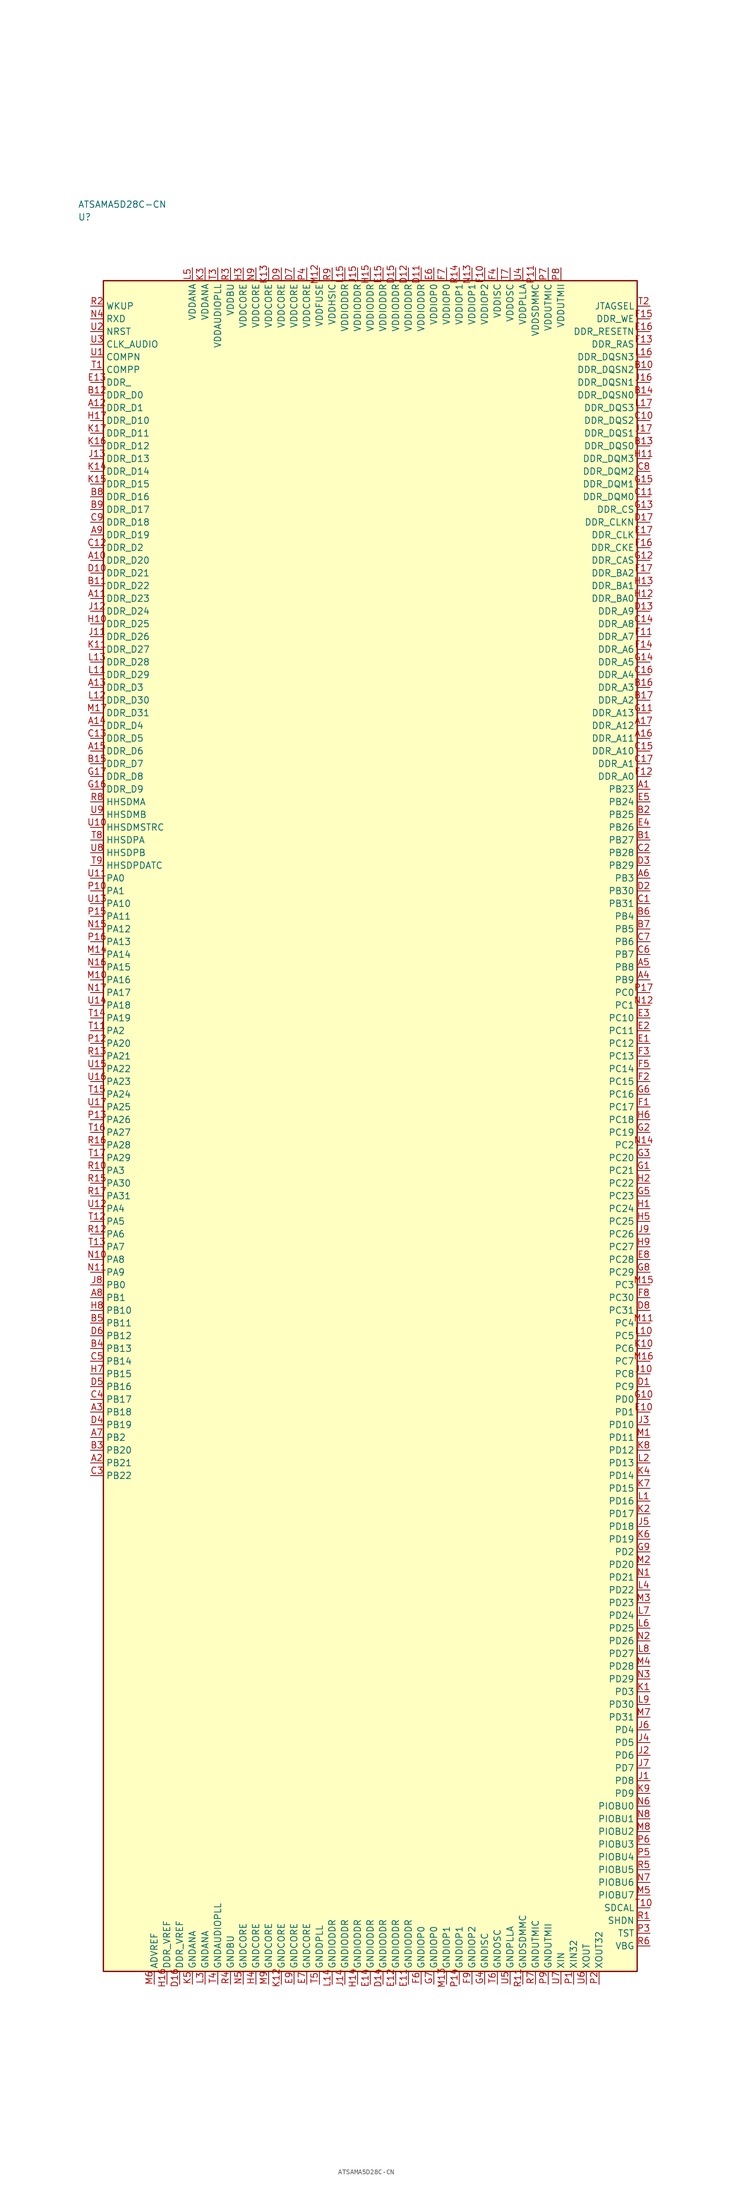
<source format=kicad_sym>
(kicad_symbol_lib
  (version 20241025)
  (generator "kicad_symbol_editor")
  (generator_version "8.0")
  (symbol "ATSAMA5D28C-CN"
    (property "Reference" "U"
      (at -57.5 178.75 0)
      (effects (font (size 1.27 1.27)) (justify left)))
    (property "Value" "ATSAMA5D28C-CN"
      (at -57.5 181.25 0)
      (effects (font (size 1.27 1.27)) (justify left)))
    (symbol "ATSAMA5D28C-CN_0_1"
      (rectangle (start -52.5 166.25) (end 52.5 -166.25) (stroke (width 0.254) (type default)) (fill (type background))))
    (symbol "ATSAMA5D28C-CN_1_1"
      (pin bidirectional line (at -55.04 48.75 0.0) (length 2.54) (name "PA0" (effects (font (size 1.27 1.27)))) (number "U11" (effects (font (size 1.27 1.27)))))
      (pin bidirectional line (at -55.04 46.25 0.0) (length 2.54) (name "PA1" (effects (font (size 1.27 1.27)))) (number "P10" (effects (font (size 1.27 1.27)))))
      (pin bidirectional line (at -55.04 18.75 0.0) (length 2.54) (name "PA2" (effects (font (size 1.27 1.27)))) (number "T11" (effects (font (size 1.27 1.27)))))
      (pin bidirectional line (at -55.04 -8.75 0.0) (length 2.54) (name "PA3" (effects (font (size 1.27 1.27)))) (number "R10" (effects (font (size 1.27 1.27)))))
      (pin bidirectional line (at -55.04 -16.25 0.0) (length 2.54) (name "PA4" (effects (font (size 1.27 1.27)))) (number "U12" (effects (font (size 1.27 1.27)))))
      (pin bidirectional line (at -55.04 -18.75 0.0) (length 2.54) (name "PA5" (effects (font (size 1.27 1.27)))) (number "T12" (effects (font (size 1.27 1.27)))))
      (pin bidirectional line (at -55.04 -21.25 0.0) (length 2.54) (name "PA6" (effects (font (size 1.27 1.27)))) (number "R12" (effects (font (size 1.27 1.27)))))
      (pin bidirectional line (at -55.04 -23.75 0.0) (length 2.54) (name "PA7" (effects (font (size 1.27 1.27)))) (number "T13" (effects (font (size 1.27 1.27)))))
      (pin bidirectional line (at -55.04 -26.25 0.0) (length 2.54) (name "PA8" (effects (font (size 1.27 1.27)))) (number "N10" (effects (font (size 1.27 1.27)))))
      (pin bidirectional line (at -55.04 -28.75 0.0) (length 2.54) (name "PA9" (effects (font (size 1.27 1.27)))) (number "N11" (effects (font (size 1.27 1.27)))))
      (pin bidirectional line (at -55.04 43.75 0.0) (length 2.54) (name "PA10" (effects (font (size 1.27 1.27)))) (number "U13" (effects (font (size 1.27 1.27)))))
      (pin bidirectional line (at -55.04 41.25 0.0) (length 2.54) (name "PA11" (effects (font (size 1.27 1.27)))) (number "P15" (effects (font (size 1.27 1.27)))))
      (pin bidirectional line (at -55.04 38.75 0.0) (length 2.54) (name "PA12" (effects (font (size 1.27 1.27)))) (number "N15" (effects (font (size 1.27 1.27)))))
      (pin bidirectional line (at -55.04 36.25 0.0) (length 2.54) (name "PA13" (effects (font (size 1.27 1.27)))) (number "P16" (effects (font (size 1.27 1.27)))))
      (pin bidirectional line (at -55.04 33.75 0.0) (length 2.54) (name "PA14" (effects (font (size 1.27 1.27)))) (number "M14" (effects (font (size 1.27 1.27)))))
      (pin bidirectional line (at -55.04 31.25 0.0) (length 2.54) (name "PA15" (effects (font (size 1.27 1.27)))) (number "N16" (effects (font (size 1.27 1.27)))))
      (pin bidirectional line (at -55.04 28.75 0.0) (length 2.54) (name "PA16" (effects (font (size 1.27 1.27)))) (number "M10" (effects (font (size 1.27 1.27)))))
      (pin bidirectional line (at -55.04 26.25 0.0) (length 2.54) (name "PA17" (effects (font (size 1.27 1.27)))) (number "N17" (effects (font (size 1.27 1.27)))))
      (pin bidirectional line (at -55.04 23.75 0.0) (length 2.54) (name "PA18" (effects (font (size 1.27 1.27)))) (number "U14" (effects (font (size 1.27 1.27)))))
      (pin bidirectional line (at -55.04 21.25 0.0) (length 2.54) (name "PA19" (effects (font (size 1.27 1.27)))) (number "T14" (effects (font (size 1.27 1.27)))))
      (pin bidirectional line (at -55.04 16.25 0.0) (length 2.54) (name "PA20" (effects (font (size 1.27 1.27)))) (number "P12" (effects (font (size 1.27 1.27)))))
      (pin bidirectional line (at -55.04 13.75 0.0) (length 2.54) (name "PA21" (effects (font (size 1.27 1.27)))) (number "R13" (effects (font (size 1.27 1.27)))))
      (pin bidirectional line (at -55.04 11.25 0.0) (length 2.54) (name "PA22" (effects (font (size 1.27 1.27)))) (number "U15" (effects (font (size 1.27 1.27)))))
      (pin bidirectional line (at -55.04 8.75 0.0) (length 2.54) (name "PA23" (effects (font (size 1.27 1.27)))) (number "U16" (effects (font (size 1.27 1.27)))))
      (pin bidirectional line (at -55.04 6.25 0.0) (length 2.54) (name "PA24" (effects (font (size 1.27 1.27)))) (number "T15" (effects (font (size 1.27 1.27)))))
      (pin bidirectional line (at -55.04 3.75 0.0) (length 2.54) (name "PA25" (effects (font (size 1.27 1.27)))) (number "U17" (effects (font (size 1.27 1.27)))))
      (pin bidirectional line (at -55.04 1.25 0.0) (length 2.54) (name "PA26" (effects (font (size 1.27 1.27)))) (number "P13" (effects (font (size 1.27 1.27)))))
      (pin bidirectional line (at -55.04 -1.25 0.0) (length 2.54) (name "PA27" (effects (font (size 1.27 1.27)))) (number "T16" (effects (font (size 1.27 1.27)))))
      (pin bidirectional line (at -55.04 -3.75 0.0) (length 2.54) (name "PA28" (effects (font (size 1.27 1.27)))) (number "R16" (effects (font (size 1.27 1.27)))))
      (pin bidirectional line (at -55.04 -6.25 0.0) (length 2.54) (name "PA29" (effects (font (size 1.27 1.27)))) (number "T17" (effects (font (size 1.27 1.27)))))
      (pin bidirectional line (at -55.04 -11.25 0.0) (length 2.54) (name "PA30" (effects (font (size 1.27 1.27)))) (number "R15" (effects (font (size 1.27 1.27)))))
      (pin bidirectional line (at -55.04 -13.75 0.0) (length 2.54) (name "PA31" (effects (font (size 1.27 1.27)))) (number "R17" (effects (font (size 1.27 1.27)))))
      (pin bidirectional line (at -55.04 -31.25 0.0) (length 2.54) (name "PB0" (effects (font (size 1.27 1.27)))) (number "J8" (effects (font (size 1.27 1.27)))))
      (pin bidirectional line (at -55.04 -33.75 0.0) (length 2.54) (name "PB1" (effects (font (size 1.27 1.27)))) (number "A8" (effects (font (size 1.27 1.27)))))
      (pin bidirectional line (at -55.04 -61.25 0.0) (length 2.54) (name "PB2" (effects (font (size 1.27 1.27)))) (number "A7" (effects (font (size 1.27 1.27)))))
      (pin bidirectional line (at 55.04 48.75 180.0) (length 2.54) (name "PB3" (effects (font (size 1.27 1.27)))) (number "A6" (effects (font (size 1.27 1.27)))))
      (pin bidirectional line (at 55.04 41.25 180.0) (length 2.54) (name "PB4" (effects (font (size 1.27 1.27)))) (number "B6" (effects (font (size 1.27 1.27)))))
      (pin bidirectional line (at 55.04 38.75 180.0) (length 2.54) (name "PB5" (effects (font (size 1.27 1.27)))) (number "B7" (effects (font (size 1.27 1.27)))))
      (pin bidirectional line (at 55.04 36.25 180.0) (length 2.54) (name "PB6" (effects (font (size 1.27 1.27)))) (number "C7" (effects (font (size 1.27 1.27)))))
      (pin bidirectional line (at 55.04 33.75 180.0) (length 2.54) (name "PB7" (effects (font (size 1.27 1.27)))) (number "C6" (effects (font (size 1.27 1.27)))))
      (pin bidirectional line (at 55.04 31.25 180.0) (length 2.54) (name "PB8" (effects (font (size 1.27 1.27)))) (number "A5" (effects (font (size 1.27 1.27)))))
      (pin bidirectional line (at 55.04 28.75 180.0) (length 2.54) (name "PB9" (effects (font (size 1.27 1.27)))) (number "A4" (effects (font (size 1.27 1.27)))))
      (pin bidirectional line (at -55.04 -36.25 0.0) (length 2.54) (name "PB10" (effects (font (size 1.27 1.27)))) (number "H8" (effects (font (size 1.27 1.27)))))
      (pin bidirectional line (at -55.04 -38.75 0.0) (length 2.54) (name "PB11" (effects (font (size 1.27 1.27)))) (number "B5" (effects (font (size 1.27 1.27)))))
      (pin bidirectional line (at -55.04 -41.25 0.0) (length 2.54) (name "PB12" (effects (font (size 1.27 1.27)))) (number "D6" (effects (font (size 1.27 1.27)))))
      (pin bidirectional line (at -55.04 -43.75 0.0) (length 2.54) (name "PB13" (effects (font (size 1.27 1.27)))) (number "B4" (effects (font (size 1.27 1.27)))))
      (pin bidirectional line (at -55.04 -46.25 0.0) (length 2.54) (name "PB14" (effects (font (size 1.27 1.27)))) (number "C5" (effects (font (size 1.27 1.27)))))
      (pin bidirectional line (at -55.04 -48.75 0.0) (length 2.54) (name "PB15" (effects (font (size 1.27 1.27)))) (number "H7" (effects (font (size 1.27 1.27)))))
      (pin bidirectional line (at -55.04 -51.25 0.0) (length 2.54) (name "PB16" (effects (font (size 1.27 1.27)))) (number "D5" (effects (font (size 1.27 1.27)))))
      (pin bidirectional line (at -55.04 -53.75 0.0) (length 2.54) (name "PB17" (effects (font (size 1.27 1.27)))) (number "C4" (effects (font (size 1.27 1.27)))))
      (pin bidirectional line (at -55.04 -56.25 0.0) (length 2.54) (name "PB18" (effects (font (size 1.27 1.27)))) (number "A3" (effects (font (size 1.27 1.27)))))
      (pin bidirectional line (at -55.04 -58.75 0.0) (length 2.54) (name "PB19" (effects (font (size 1.27 1.27)))) (number "D4" (effects (font (size 1.27 1.27)))))
      (pin bidirectional line (at -55.04 -63.75 0.0) (length 2.54) (name "PB20" (effects (font (size 1.27 1.27)))) (number "B3" (effects (font (size 1.27 1.27)))))
      (pin bidirectional line (at -55.04 -66.25 0.0) (length 2.54) (name "PB21" (effects (font (size 1.27 1.27)))) (number "A2" (effects (font (size 1.27 1.27)))))
      (pin bidirectional line (at -55.04 -68.75 0.0) (length 2.54) (name "PB22" (effects (font (size 1.27 1.27)))) (number "C3" (effects (font (size 1.27 1.27)))))
      (pin bidirectional line (at 55.04 66.25 180.0) (length 2.54) (name "PB23" (effects (font (size 1.27 1.27)))) (number "A1" (effects (font (size 1.27 1.27)))))
      (pin bidirectional line (at 55.04 63.75 180.0) (length 2.54) (name "PB24" (effects (font (size 1.27 1.27)))) (number "E5" (effects (font (size 1.27 1.27)))))
      (pin bidirectional line (at 55.04 61.25 180.0) (length 2.54) (name "PB25" (effects (font (size 1.27 1.27)))) (number "B2" (effects (font (size 1.27 1.27)))))
      (pin bidirectional line (at 55.04 58.75 180.0) (length 2.54) (name "PB26" (effects (font (size 1.27 1.27)))) (number "E4" (effects (font (size 1.27 1.27)))))
      (pin bidirectional line (at 55.04 56.25 180.0) (length 2.54) (name "PB27" (effects (font (size 1.27 1.27)))) (number "B1" (effects (font (size 1.27 1.27)))))
      (pin bidirectional line (at 55.04 53.75 180.0) (length 2.54) (name "PB28" (effects (font (size 1.27 1.27)))) (number "C2" (effects (font (size 1.27 1.27)))))
      (pin bidirectional line (at 55.04 51.25 180.0) (length 2.54) (name "PB29" (effects (font (size 1.27 1.27)))) (number "D3" (effects (font (size 1.27 1.27)))))
      (pin bidirectional line (at 55.04 46.25 180.0) (length 2.54) (name "PB30" (effects (font (size 1.27 1.27)))) (number "D2" (effects (font (size 1.27 1.27)))))
      (pin bidirectional line (at 55.04 43.75 180.0) (length 2.54) (name "PB31" (effects (font (size 1.27 1.27)))) (number "C1" (effects (font (size 1.27 1.27)))))
      (pin bidirectional line (at 55.04 26.25 180.0) (length 2.54) (name "PC0" (effects (font (size 1.27 1.27)))) (number "P17" (effects (font (size 1.27 1.27)))))
      (pin bidirectional line (at 55.04 23.75 180.0) (length 2.54) (name "PC1" (effects (font (size 1.27 1.27)))) (number "N12" (effects (font (size 1.27 1.27)))))
      (pin bidirectional line (at 55.04 -3.75 180.0) (length 2.54) (name "PC2" (effects (font (size 1.27 1.27)))) (number "N14" (effects (font (size 1.27 1.27)))))
      (pin bidirectional line (at 55.04 -31.25 180.0) (length 2.54) (name "PC3" (effects (font (size 1.27 1.27)))) (number "M15" (effects (font (size 1.27 1.27)))))
      (pin bidirectional line (at 55.04 -38.75 180.0) (length 2.54) (name "PC4" (effects (font (size 1.27 1.27)))) (number "M11" (effects (font (size 1.27 1.27)))))
      (pin bidirectional line (at 55.04 -41.25 180.0) (length 2.54) (name "PC5" (effects (font (size 1.27 1.27)))) (number "L10" (effects (font (size 1.27 1.27)))))
      (pin bidirectional line (at 55.04 -43.75 180.0) (length 2.54) (name "PC6" (effects (font (size 1.27 1.27)))) (number "K10" (effects (font (size 1.27 1.27)))))
      (pin bidirectional line (at 55.04 -46.25 180.0) (length 2.54) (name "PC7" (effects (font (size 1.27 1.27)))) (number "M16" (effects (font (size 1.27 1.27)))))
      (pin bidirectional line (at 55.04 -48.75 180.0) (length 2.54) (name "PC8" (effects (font (size 1.27 1.27)))) (number "J10" (effects (font (size 1.27 1.27)))))
      (pin bidirectional line (at 55.04 -51.25 180.0) (length 2.54) (name "PC9" (effects (font (size 1.27 1.27)))) (number "D1" (effects (font (size 1.27 1.27)))))
      (pin bidirectional line (at 55.04 21.25 180.0) (length 2.54) (name "PC10" (effects (font (size 1.27 1.27)))) (number "E3" (effects (font (size 1.27 1.27)))))
      (pin bidirectional line (at 55.04 18.75 180.0) (length 2.54) (name "PC11" (effects (font (size 1.27 1.27)))) (number "E2" (effects (font (size 1.27 1.27)))))
      (pin bidirectional line (at 55.04 16.25 180.0) (length 2.54) (name "PC12" (effects (font (size 1.27 1.27)))) (number "E1" (effects (font (size 1.27 1.27)))))
      (pin bidirectional line (at 55.04 13.75 180.0) (length 2.54) (name "PC13" (effects (font (size 1.27 1.27)))) (number "F3" (effects (font (size 1.27 1.27)))))
      (pin bidirectional line (at 55.04 11.25 180.0) (length 2.54) (name "PC14" (effects (font (size 1.27 1.27)))) (number "F5" (effects (font (size 1.27 1.27)))))
      (pin bidirectional line (at 55.04 8.75 180.0) (length 2.54) (name "PC15" (effects (font (size 1.27 1.27)))) (number "F2" (effects (font (size 1.27 1.27)))))
      (pin bidirectional line (at 55.04 6.25 180.0) (length 2.54) (name "PC16" (effects (font (size 1.27 1.27)))) (number "G6" (effects (font (size 1.27 1.27)))))
      (pin bidirectional line (at 55.04 3.75 180.0) (length 2.54) (name "PC17" (effects (font (size 1.27 1.27)))) (number "F1" (effects (font (size 1.27 1.27)))))
      (pin bidirectional line (at 55.04 1.25 180.0) (length 2.54) (name "PC18" (effects (font (size 1.27 1.27)))) (number "H6" (effects (font (size 1.27 1.27)))))
      (pin bidirectional line (at 55.04 -1.25 180.0) (length 2.54) (name "PC19" (effects (font (size 1.27 1.27)))) (number "G2" (effects (font (size 1.27 1.27)))))
      (pin bidirectional line (at 55.04 -6.25 180.0) (length 2.54) (name "PC20" (effects (font (size 1.27 1.27)))) (number "G3" (effects (font (size 1.27 1.27)))))
      (pin bidirectional line (at 55.04 -8.75 180.0) (length 2.54) (name "PC21" (effects (font (size 1.27 1.27)))) (number "G1" (effects (font (size 1.27 1.27)))))
      (pin bidirectional line (at 55.04 -11.25 180.0) (length 2.54) (name "PC22" (effects (font (size 1.27 1.27)))) (number "H2" (effects (font (size 1.27 1.27)))))
      (pin bidirectional line (at 55.04 -13.75 180.0) (length 2.54) (name "PC23" (effects (font (size 1.27 1.27)))) (number "G5" (effects (font (size 1.27 1.27)))))
      (pin bidirectional line (at 55.04 -16.25 180.0) (length 2.54) (name "PC24" (effects (font (size 1.27 1.27)))) (number "H1" (effects (font (size 1.27 1.27)))))
      (pin bidirectional line (at 55.04 -18.75 180.0) (length 2.54) (name "PC25" (effects (font (size 1.27 1.27)))) (number "H5" (effects (font (size 1.27 1.27)))))
      (pin bidirectional line (at 55.04 -21.25 180.0) (length 2.54) (name "PC26" (effects (font (size 1.27 1.27)))) (number "J9" (effects (font (size 1.27 1.27)))))
      (pin bidirectional line (at 55.04 -23.75 180.0) (length 2.54) (name "PC27" (effects (font (size 1.27 1.27)))) (number "H9" (effects (font (size 1.27 1.27)))))
      (pin bidirectional line (at 55.04 -26.25 180.0) (length 2.54) (name "PC28" (effects (font (size 1.27 1.27)))) (number "E8" (effects (font (size 1.27 1.27)))))
      (pin bidirectional line (at 55.04 -28.75 180.0) (length 2.54) (name "PC29" (effects (font (size 1.27 1.27)))) (number "G8" (effects (font (size 1.27 1.27)))))
      (pin bidirectional line (at 55.04 -33.75 180.0) (length 2.54) (name "PC30" (effects (font (size 1.27 1.27)))) (number "F8" (effects (font (size 1.27 1.27)))))
      (pin bidirectional line (at 55.04 -36.25 180.0) (length 2.54) (name "PC31" (effects (font (size 1.27 1.27)))) (number "D8" (effects (font (size 1.27 1.27)))))
      (pin bidirectional line (at 55.04 -53.75 180.0) (length 2.54) (name "PD0" (effects (font (size 1.27 1.27)))) (number "G10" (effects (font (size 1.27 1.27)))))
      (pin bidirectional line (at 55.04 -56.25 180.0) (length 2.54) (name "PD1" (effects (font (size 1.27 1.27)))) (number "E10" (effects (font (size 1.27 1.27)))))
      (pin bidirectional line (at 55.04 -83.75 180.0) (length 2.54) (name "PD2" (effects (font (size 1.27 1.27)))) (number "G9" (effects (font (size 1.27 1.27)))))
      (pin bidirectional line (at 55.04 -111.25 180.0) (length 2.54) (name "PD3" (effects (font (size 1.27 1.27)))) (number "K1" (effects (font (size 1.27 1.27)))))
      (pin bidirectional line (at 55.04 -118.75 180.0) (length 2.54) (name "PD4" (effects (font (size 1.27 1.27)))) (number "J6" (effects (font (size 1.27 1.27)))))
      (pin bidirectional line (at 55.04 -121.25 180.0) (length 2.54) (name "PD5" (effects (font (size 1.27 1.27)))) (number "J4" (effects (font (size 1.27 1.27)))))
      (pin bidirectional line (at 55.04 -123.75 180.0) (length 2.54) (name "PD6" (effects (font (size 1.27 1.27)))) (number "J2" (effects (font (size 1.27 1.27)))))
      (pin bidirectional line (at 55.04 -126.25 180.0) (length 2.54) (name "PD7" (effects (font (size 1.27 1.27)))) (number "J7" (effects (font (size 1.27 1.27)))))
      (pin bidirectional line (at 55.04 -128.75 180.0) (length 2.54) (name "PD8" (effects (font (size 1.27 1.27)))) (number "J1" (effects (font (size 1.27 1.27)))))
      (pin bidirectional line (at 55.04 -131.25 180.0) (length 2.54) (name "PD9" (effects (font (size 1.27 1.27)))) (number "K9" (effects (font (size 1.27 1.27)))))
      (pin bidirectional line (at 55.04 -58.75 180.0) (length 2.54) (name "PD10" (effects (font (size 1.27 1.27)))) (number "J3" (effects (font (size 1.27 1.27)))))
      (pin bidirectional line (at 55.04 -61.25 180.0) (length 2.54) (name "PD11" (effects (font (size 1.27 1.27)))) (number "M1" (effects (font (size 1.27 1.27)))))
      (pin bidirectional line (at 55.04 -63.75 180.0) (length 2.54) (name "PD12" (effects (font (size 1.27 1.27)))) (number "K8" (effects (font (size 1.27 1.27)))))
      (pin bidirectional line (at 55.04 -66.25 180.0) (length 2.54) (name "PD13" (effects (font (size 1.27 1.27)))) (number "L2" (effects (font (size 1.27 1.27)))))
      (pin bidirectional line (at 55.04 -68.75 180.0) (length 2.54) (name "PD14" (effects (font (size 1.27 1.27)))) (number "K4" (effects (font (size 1.27 1.27)))))
      (pin bidirectional line (at 55.04 -71.25 180.0) (length 2.54) (name "PD15" (effects (font (size 1.27 1.27)))) (number "K7" (effects (font (size 1.27 1.27)))))
      (pin bidirectional line (at 55.04 -73.75 180.0) (length 2.54) (name "PD16" (effects (font (size 1.27 1.27)))) (number "L1" (effects (font (size 1.27 1.27)))))
      (pin bidirectional line (at 55.04 -76.25 180.0) (length 2.54) (name "PD17" (effects (font (size 1.27 1.27)))) (number "K2" (effects (font (size 1.27 1.27)))))
      (pin bidirectional line (at 55.04 -78.75 180.0) (length 2.54) (name "PD18" (effects (font (size 1.27 1.27)))) (number "J5" (effects (font (size 1.27 1.27)))))
      (pin bidirectional line (at 55.04 -81.25 180.0) (length 2.54) (name "PD19" (effects (font (size 1.27 1.27)))) (number "K6" (effects (font (size 1.27 1.27)))))
      (pin bidirectional line (at 55.04 -86.25 180.0) (length 2.54) (name "PD20" (effects (font (size 1.27 1.27)))) (number "M2" (effects (font (size 1.27 1.27)))))
      (pin bidirectional line (at 55.04 -88.75 180.0) (length 2.54) (name "PD21" (effects (font (size 1.27 1.27)))) (number "N1" (effects (font (size 1.27 1.27)))))
      (pin bidirectional line (at 55.04 -91.25 180.0) (length 2.54) (name "PD22" (effects (font (size 1.27 1.27)))) (number "L4" (effects (font (size 1.27 1.27)))))
      (pin bidirectional line (at 55.04 -93.75 180.0) (length 2.54) (name "PD23" (effects (font (size 1.27 1.27)))) (number "M3" (effects (font (size 1.27 1.27)))))
      (pin bidirectional line (at 55.04 -96.25 180.0) (length 2.54) (name "PD24" (effects (font (size 1.27 1.27)))) (number "L7" (effects (font (size 1.27 1.27)))))
      (pin bidirectional line (at 55.04 -98.75 180.0) (length 2.54) (name "PD25" (effects (font (size 1.27 1.27)))) (number "L6" (effects (font (size 1.27 1.27)))))
      (pin bidirectional line (at 55.04 -101.25 180.0) (length 2.54) (name "PD26" (effects (font (size 1.27 1.27)))) (number "N2" (effects (font (size 1.27 1.27)))))
      (pin bidirectional line (at 55.04 -103.75 180.0) (length 2.54) (name "PD27" (effects (font (size 1.27 1.27)))) (number "L8" (effects (font (size 1.27 1.27)))))
      (pin bidirectional line (at 55.04 -106.25 180.0) (length 2.54) (name "PD28" (effects (font (size 1.27 1.27)))) (number "M4" (effects (font (size 1.27 1.27)))))
      (pin bidirectional line (at 55.04 -108.75 180.0) (length 2.54) (name "PD29" (effects (font (size 1.27 1.27)))) (number "N3" (effects (font (size 1.27 1.27)))))
      (pin bidirectional line (at 55.04 -113.75 180.0) (length 2.54) (name "PD30" (effects (font (size 1.27 1.27)))) (number "L9" (effects (font (size 1.27 1.27)))))
      (pin bidirectional line (at 55.04 -116.25 180.0) (length 2.54) (name "PD31" (effects (font (size 1.27 1.27)))) (number "M7" (effects (font (size 1.27 1.27)))))
      (pin power_in line (at -35.0 168.79 270.0) (length 2.54) (name "VDDANA" (effects (font (size 1.27 1.27)))) (number "L5" (effects (font (size 1.27 1.27)))))
      (pin passive line (at -35.0 -168.79 90.0) (length 2.54) (name "GNDANA" (effects (font (size 1.27 1.27)))) (number "K5" (effects (font (size 1.27 1.27)))))
      (pin passive line (at -42.5 -168.79 90.0) (length 2.54) (name "ADVREF" (effects (font (size 1.27 1.27)))) (number "M6" (effects (font (size 1.27 1.27)))))
      (pin power_in line (at -32.5 168.79 270.0) (length 2.54) (name "VDDANA" (effects (font (size 1.27 1.27)))) (number "K3" (effects (font (size 1.27 1.27)))))
      (pin passive line (at -32.5 -168.79 90.0) (length 2.54) (name "GNDANA" (effects (font (size 1.27 1.27)))) (number "L3" (effects (font (size 1.27 1.27)))))
      (pin passive line (at -40.0 -168.79 90.0) (length 2.54) (name "DDR_VREF" (effects (font (size 1.27 1.27)))) (number "H16" (effects (font (size 1.27 1.27)))))
      (pin passive line (at -37.5 -168.79 90.0) (length 2.54) (name "DDR_VREF" (effects (font (size 1.27 1.27)))) (number "D16" (effects (font (size 1.27 1.27)))))
      (pin bidirectional line (at -55.04 143.75 0.0) (length 2.54) (name "DDR_D0" (effects (font (size 1.27 1.27)))) (number "B12" (effects (font (size 1.27 1.27)))))
      (pin bidirectional line (at -55.04 141.25 0.0) (length 2.54) (name "DDR_D1" (effects (font (size 1.27 1.27)))) (number "A12" (effects (font (size 1.27 1.27)))))
      (pin bidirectional line (at -55.04 113.75 0.0) (length 2.54) (name "DDR_D2" (effects (font (size 1.27 1.27)))) (number "C12" (effects (font (size 1.27 1.27)))))
      (pin bidirectional line (at -55.04 86.25 0.0) (length 2.54) (name "DDR_D3" (effects (font (size 1.27 1.27)))) (number "A13" (effects (font (size 1.27 1.27)))))
      (pin bidirectional line (at -55.04 78.75 0.0) (length 2.54) (name "DDR_D4" (effects (font (size 1.27 1.27)))) (number "A14" (effects (font (size 1.27 1.27)))))
      (pin bidirectional line (at -55.04 76.25 0.0) (length 2.54) (name "DDR_D5" (effects (font (size 1.27 1.27)))) (number "C13" (effects (font (size 1.27 1.27)))))
      (pin bidirectional line (at -55.04 73.75 0.0) (length 2.54) (name "DDR_D6" (effects (font (size 1.27 1.27)))) (number "A15" (effects (font (size 1.27 1.27)))))
      (pin bidirectional line (at -55.04 71.25 0.0) (length 2.54) (name "DDR_D7" (effects (font (size 1.27 1.27)))) (number "B15" (effects (font (size 1.27 1.27)))))
      (pin bidirectional line (at -55.04 68.75 0.0) (length 2.54) (name "DDR_D8" (effects (font (size 1.27 1.27)))) (number "G17" (effects (font (size 1.27 1.27)))))
      (pin bidirectional line (at -55.04 66.25 0.0) (length 2.54) (name "DDR_D9" (effects (font (size 1.27 1.27)))) (number "G16" (effects (font (size 1.27 1.27)))))
      (pin bidirectional line (at -55.04 138.75 0.0) (length 2.54) (name "DDR_D10" (effects (font (size 1.27 1.27)))) (number "H17" (effects (font (size 1.27 1.27)))))
      (pin bidirectional line (at -55.04 136.25 0.0) (length 2.54) (name "DDR_D11" (effects (font (size 1.27 1.27)))) (number "K17" (effects (font (size 1.27 1.27)))))
      (pin bidirectional line (at -55.04 133.75 0.0) (length 2.54) (name "DDR_D12" (effects (font (size 1.27 1.27)))) (number "K16" (effects (font (size 1.27 1.27)))))
      (pin bidirectional line (at -55.04 131.25 0.0) (length 2.54) (name "DDR_D13" (effects (font (size 1.27 1.27)))) (number "J13" (effects (font (size 1.27 1.27)))))
      (pin bidirectional line (at -55.04 128.75 0.0) (length 2.54) (name "DDR_D14" (effects (font (size 1.27 1.27)))) (number "K14" (effects (font (size 1.27 1.27)))))
      (pin bidirectional line (at -55.04 126.25 0.0) (length 2.54) (name "DDR_D15" (effects (font (size 1.27 1.27)))) (number "K15" (effects (font (size 1.27 1.27)))))
      (pin bidirectional line (at -55.04 123.75 0.0) (length 2.54) (name "DDR_D16" (effects (font (size 1.27 1.27)))) (number "B8" (effects (font (size 1.27 1.27)))))
      (pin bidirectional line (at -55.04 121.25 0.0) (length 2.54) (name "DDR_D17" (effects (font (size 1.27 1.27)))) (number "B9" (effects (font (size 1.27 1.27)))))
      (pin bidirectional line (at -55.04 118.75 0.0) (length 2.54) (name "DDR_D18" (effects (font (size 1.27 1.27)))) (number "C9" (effects (font (size 1.27 1.27)))))
      (pin bidirectional line (at -55.04 116.25 0.0) (length 2.54) (name "DDR_D19" (effects (font (size 1.27 1.27)))) (number "A9" (effects (font (size 1.27 1.27)))))
      (pin bidirectional line (at -55.04 111.25 0.0) (length 2.54) (name "DDR_D20" (effects (font (size 1.27 1.27)))) (number "A10" (effects (font (size 1.27 1.27)))))
      (pin bidirectional line (at -55.04 108.75 0.0) (length 2.54) (name "DDR_D21" (effects (font (size 1.27 1.27)))) (number "D10" (effects (font (size 1.27 1.27)))))
      (pin bidirectional line (at -55.04 106.25 0.0) (length 2.54) (name "DDR_D22" (effects (font (size 1.27 1.27)))) (number "B11" (effects (font (size 1.27 1.27)))))
      (pin bidirectional line (at -55.04 103.75 0.0) (length 2.54) (name "DDR_D23" (effects (font (size 1.27 1.27)))) (number "A11" (effects (font (size 1.27 1.27)))))
      (pin bidirectional line (at -55.04 101.25 0.0) (length 2.54) (name "DDR_D24" (effects (font (size 1.27 1.27)))) (number "J12" (effects (font (size 1.27 1.27)))))
      (pin bidirectional line (at -55.04 98.75 0.0) (length 2.54) (name "DDR_D25" (effects (font (size 1.27 1.27)))) (number "H10" (effects (font (size 1.27 1.27)))))
      (pin bidirectional line (at -55.04 96.25 0.0) (length 2.54) (name "DDR_D26" (effects (font (size 1.27 1.27)))) (number "J11" (effects (font (size 1.27 1.27)))))
      (pin bidirectional line (at -55.04 93.75 0.0) (length 2.54) (name "DDR_D27" (effects (font (size 1.27 1.27)))) (number "K11" (effects (font (size 1.27 1.27)))))
      (pin bidirectional line (at -55.04 91.25 0.0) (length 2.54) (name "DDR_D28" (effects (font (size 1.27 1.27)))) (number "L13" (effects (font (size 1.27 1.27)))))
      (pin bidirectional line (at -55.04 88.75 0.0) (length 2.54) (name "DDR_D29" (effects (font (size 1.27 1.27)))) (number "L11" (effects (font (size 1.27 1.27)))))
      (pin bidirectional line (at -55.04 83.75 0.0) (length 2.54) (name "DDR_D30" (effects (font (size 1.27 1.27)))) (number "L12" (effects (font (size 1.27 1.27)))))
      (pin bidirectional line (at -55.04 81.25 0.0) (length 2.54) (name "DDR_D31" (effects (font (size 1.27 1.27)))) (number "M17" (effects (font (size 1.27 1.27)))))
      (pin output line (at 55.04 68.75 180.0) (length 2.54) (name "DDR_A0" (effects (font (size 1.27 1.27)))) (number "F12" (effects (font (size 1.27 1.27)))))
      (pin output line (at 55.04 71.25 180.0) (length 2.54) (name "DDR_A1" (effects (font (size 1.27 1.27)))) (number "C17" (effects (font (size 1.27 1.27)))))
      (pin output line (at 55.04 83.75 180.0) (length 2.54) (name "DDR_A2" (effects (font (size 1.27 1.27)))) (number "B17" (effects (font (size 1.27 1.27)))))
      (pin output line (at 55.04 86.25 180.0) (length 2.54) (name "DDR_A3" (effects (font (size 1.27 1.27)))) (number "B16" (effects (font (size 1.27 1.27)))))
      (pin output line (at 55.04 88.75 180.0) (length 2.54) (name "DDR_A4" (effects (font (size 1.27 1.27)))) (number "C16" (effects (font (size 1.27 1.27)))))
      (pin output line (at 55.04 91.25 180.0) (length 2.54) (name "DDR_A5" (effects (font (size 1.27 1.27)))) (number "G14" (effects (font (size 1.27 1.27)))))
      (pin output line (at 55.04 93.75 180.0) (length 2.54) (name "DDR_A6" (effects (font (size 1.27 1.27)))) (number "F14" (effects (font (size 1.27 1.27)))))
      (pin output line (at 55.04 96.25 180.0) (length 2.54) (name "DDR_A7" (effects (font (size 1.27 1.27)))) (number "F11" (effects (font (size 1.27 1.27)))))
      (pin output line (at 55.04 98.75 180.0) (length 2.54) (name "DDR_A8" (effects (font (size 1.27 1.27)))) (number "C14" (effects (font (size 1.27 1.27)))))
      (pin output line (at 55.04 101.25 180.0) (length 2.54) (name "DDR_A9" (effects (font (size 1.27 1.27)))) (number "D13" (effects (font (size 1.27 1.27)))))
      (pin output line (at 55.04 73.75 180.0) (length 2.54) (name "DDR_A10" (effects (font (size 1.27 1.27)))) (number "C15" (effects (font (size 1.27 1.27)))))
      (pin output line (at 55.04 76.25 180.0) (length 2.54) (name "DDR_A11" (effects (font (size 1.27 1.27)))) (number "A16" (effects (font (size 1.27 1.27)))))
      (pin output line (at 55.04 78.75 180.0) (length 2.54) (name "DDR_A12" (effects (font (size 1.27 1.27)))) (number "A17" (effects (font (size 1.27 1.27)))))
      (pin output line (at 55.04 81.25 180.0) (length 2.54) (name "DDR_A13" (effects (font (size 1.27 1.27)))) (number "G11" (effects (font (size 1.27 1.27)))))
      (pin output line (at 55.04 116.25 180.0) (length 2.54) (name "DDR_CLK" (effects (font (size 1.27 1.27)))) (number "E17" (effects (font (size 1.27 1.27)))))
      (pin output line (at 55.04 118.75 180.0) (length 2.54) (name "DDR_CLKN" (effects (font (size 1.27 1.27)))) (number "D17" (effects (font (size 1.27 1.27)))))
      (pin output line (at 55.04 113.75 180.0) (length 2.54) (name "DDR_CKE" (effects (font (size 1.27 1.27)))) (number "F16" (effects (font (size 1.27 1.27)))))
      (pin output line (at 55.04 156.25 180.0) (length 2.54) (name "DDR_RESETN" (effects (font (size 1.27 1.27)))) (number "E16" (effects (font (size 1.27 1.27)))))
      (pin output line (at 55.04 121.25 180.0) (length 2.54) (name "DDR_CS" (effects (font (size 1.27 1.27)))) (number "G13" (effects (font (size 1.27 1.27)))))
      (pin output line (at 55.04 158.75 180.0) (length 2.54) (name "DDR_WE" (effects (font (size 1.27 1.27)))) (number "F15" (effects (font (size 1.27 1.27)))))
      (pin output line (at 55.04 153.75 180.0) (length 2.54) (name "DDR_RAS" (effects (font (size 1.27 1.27)))) (number "F13" (effects (font (size 1.27 1.27)))))
      (pin output line (at 55.04 111.25 180.0) (length 2.54) (name "DDR_CAS" (effects (font (size 1.27 1.27)))) (number "G12" (effects (font (size 1.27 1.27)))))
      (pin output line (at 55.04 123.75 180.0) (length 2.54) (name "DDR_DQM0" (effects (font (size 1.27 1.27)))) (number "C11" (effects (font (size 1.27 1.27)))))
      (pin output line (at 55.04 126.25 180.0) (length 2.54) (name "DDR_DQM1" (effects (font (size 1.27 1.27)))) (number "G15" (effects (font (size 1.27 1.27)))))
      (pin output line (at 55.04 128.75 180.0) (length 2.54) (name "DDR_DQM2" (effects (font (size 1.27 1.27)))) (number "C8" (effects (font (size 1.27 1.27)))))
      (pin output line (at 55.04 131.25 180.0) (length 2.54) (name "DDR_DQM3" (effects (font (size 1.27 1.27)))) (number "H11" (effects (font (size 1.27 1.27)))))
      (pin output line (at 55.04 133.75 180.0) (length 2.54) (name "DDR_DQS0" (effects (font (size 1.27 1.27)))) (number "B13" (effects (font (size 1.27 1.27)))))
      (pin output line (at 55.04 136.25 180.0) (length 2.54) (name "DDR_DQS1" (effects (font (size 1.27 1.27)))) (number "J17" (effects (font (size 1.27 1.27)))))
      (pin output line (at 55.04 138.75 180.0) (length 2.54) (name "DDR_DQS2" (effects (font (size 1.27 1.27)))) (number "C10" (effects (font (size 1.27 1.27)))))
      (pin output line (at 55.04 141.25 180.0) (length 2.54) (name "DDR_DQS3" (effects (font (size 1.27 1.27)))) (number "L17" (effects (font (size 1.27 1.27)))))
      (pin output line (at 55.04 143.75 180.0) (length 2.54) (name "DDR_DQSN0" (effects (font (size 1.27 1.27)))) (number "B14" (effects (font (size 1.27 1.27)))))
      (pin output line (at 55.04 146.25 180.0) (length 2.54) (name "DDR_DQSN1" (effects (font (size 1.27 1.27)))) (number "J16" (effects (font (size 1.27 1.27)))))
      (pin output line (at 55.04 148.75 180.0) (length 2.54) (name "DDR_DQSN2" (effects (font (size 1.27 1.27)))) (number "B10" (effects (font (size 1.27 1.27)))))
      (pin output line (at 55.04 151.25 180.0) (length 2.54) (name "DDR_DQSN3" (effects (font (size 1.27 1.27)))) (number "L16" (effects (font (size 1.27 1.27)))))
      (pin output line (at 55.04 103.75 180.0) (length 2.54) (name "DDR_BA0" (effects (font (size 1.27 1.27)))) (number "H12" (effects (font (size 1.27 1.27)))))
      (pin output line (at 55.04 106.25 180.0) (length 2.54) (name "DDR_BA1" (effects (font (size 1.27 1.27)))) (number "H13" (effects (font (size 1.27 1.27)))))
      (pin output line (at 55.04 108.75 180.0) (length 2.54) (name "DDR_BA2" (effects (font (size 1.27 1.27)))) (number "F17" (effects (font (size 1.27 1.27)))))
      (pin bidirectional line (at -55.04 146.25 0.0) (length 2.54) (name "DDR_" (effects (font (size 1.27 1.27)))) (number "E13" (effects (font (size 1.27 1.27)))))
      (pin power_in line (at -5.0 168.79 270.0) (length 2.54) (name "VDDIODDR" (effects (font (size 1.27 1.27)))) (number "L15" (effects (font (size 1.27 1.27)))))
      (pin power_in line (at -2.5 168.79 270.0) (length 2.54) (name "VDDIODDR" (effects (font (size 1.27 1.27)))) (number "J15" (effects (font (size 1.27 1.27)))))
      (pin power_in line (at 0.0 168.79 270.0) (length 2.54) (name "VDDIODDR" (effects (font (size 1.27 1.27)))) (number "H15" (effects (font (size 1.27 1.27)))))
      (pin power_in line (at 2.5 168.79 270.0) (length 2.54) (name "VDDIODDR" (effects (font (size 1.27 1.27)))) (number "E15" (effects (font (size 1.27 1.27)))))
      (pin power_in line (at 5.0 168.79 270.0) (length 2.54) (name "VDDIODDR" (effects (font (size 1.27 1.27)))) (number "D15" (effects (font (size 1.27 1.27)))))
      (pin power_in line (at 7.5 168.79 270.0) (length 2.54) (name "VDDIODDR" (effects (font (size 1.27 1.27)))) (number "D12" (effects (font (size 1.27 1.27)))))
      (pin power_in line (at 10.0 168.79 270.0) (length 2.54) (name "VDDIODDR" (effects (font (size 1.27 1.27)))) (number "D11" (effects (font (size 1.27 1.27)))))
      (pin passive line (at -7.5 -168.79 90.0) (length 2.54) (name "GNDIODDR" (effects (font (size 1.27 1.27)))) (number "L14" (effects (font (size 1.27 1.27)))))
      (pin passive line (at -5.0 -168.79 90.0) (length 2.54) (name "GNDIODDR" (effects (font (size 1.27 1.27)))) (number "J14" (effects (font (size 1.27 1.27)))))
      (pin passive line (at -2.5 -168.79 90.0) (length 2.54) (name "GNDIODDR" (effects (font (size 1.27 1.27)))) (number "H14" (effects (font (size 1.27 1.27)))))
      (pin passive line (at 0.0 -168.79 90.0) (length 2.54) (name "GNDIODDR" (effects (font (size 1.27 1.27)))) (number "E14" (effects (font (size 1.27 1.27)))))
      (pin passive line (at 2.5 -168.79 90.0) (length 2.54) (name "GNDIODDR" (effects (font (size 1.27 1.27)))) (number "D14" (effects (font (size 1.27 1.27)))))
      (pin passive line (at 5.0 -168.79 90.0) (length 2.54) (name "GNDIODDR" (effects (font (size 1.27 1.27)))) (number "E12" (effects (font (size 1.27 1.27)))))
      (pin passive line (at 7.5 -168.79 90.0) (length 2.54) (name "GNDIODDR" (effects (font (size 1.27 1.27)))) (number "E11" (effects (font (size 1.27 1.27)))))
      (pin power_in line (at -25.0 168.79 270.0) (length 2.54) (name "VDDCORE" (effects (font (size 1.27 1.27)))) (number "H3" (effects (font (size 1.27 1.27)))))
      (pin passive line (at -25.0 -168.79 90.0) (length 2.54) (name "GNDCORE" (effects (font (size 1.27 1.27)))) (number "N5" (effects (font (size 1.27 1.27)))))
      (pin power_in line (at -22.5 168.79 270.0) (length 2.54) (name "VDDCORE" (effects (font (size 1.27 1.27)))) (number "N9" (effects (font (size 1.27 1.27)))))
      (pin power_in line (at -20.0 168.79 270.0) (length 2.54) (name "VDDCORE" (effects (font (size 1.27 1.27)))) (number "K13" (effects (font (size 1.27 1.27)))))
      (pin power_in line (at -17.5 168.79 270.0) (length 2.54) (name "VDDCORE" (effects (font (size 1.27 1.27)))) (number "D9" (effects (font (size 1.27 1.27)))))
      (pin power_in line (at -15.0 168.79 270.0) (length 2.54) (name "VDDCORE" (effects (font (size 1.27 1.27)))) (number "D7" (effects (font (size 1.27 1.27)))))
      (pin passive line (at -22.5 -168.79 90.0) (length 2.54) (name "GNDCORE" (effects (font (size 1.27 1.27)))) (number "H4" (effects (font (size 1.27 1.27)))))
      (pin bidirectional line (at 55.04 -151.25 180.0) (length 2.54) (name "PIOBU7" (effects (font (size 1.27 1.27)))) (number "M5" (effects (font (size 1.27 1.27)))))
      (pin passive line (at -20.0 -168.79 90.0) (length 2.54) (name "GNDCORE" (effects (font (size 1.27 1.27)))) (number "M9" (effects (font (size 1.27 1.27)))))
      (pin passive line (at -17.5 -168.79 90.0) (length 2.54) (name "GNDCORE" (effects (font (size 1.27 1.27)))) (number "K12" (effects (font (size 1.27 1.27)))))
      (pin passive line (at -15.0 -168.79 90.0) (length 2.54) (name "GNDCORE" (effects (font (size 1.27 1.27)))) (number "E9" (effects (font (size 1.27 1.27)))))
      (pin passive line (at -12.5 -168.79 90.0) (length 2.54) (name "GNDCORE" (effects (font (size 1.27 1.27)))) (number "E7" (effects (font (size 1.27 1.27)))))
      (pin power_in line (at 12.5 168.79 270.0) (length 2.54) (name "VDDIOP0" (effects (font (size 1.27 1.27)))) (number "E6" (effects (font (size 1.27 1.27)))))
      (pin power_in line (at 15.0 168.79 270.0) (length 2.54) (name "VDDIOP0" (effects (font (size 1.27 1.27)))) (number "F7" (effects (font (size 1.27 1.27)))))
      (pin passive line (at 10.0 -168.79 90.0) (length 2.54) (name "GNDIOP0" (effects (font (size 1.27 1.27)))) (number "F6" (effects (font (size 1.27 1.27)))))
      (pin passive line (at 12.5 -168.79 90.0) (length 2.54) (name "GNDIOP0" (effects (font (size 1.27 1.27)))) (number "G7" (effects (font (size 1.27 1.27)))))
      (pin power_in line (at 17.5 168.79 270.0) (length 2.54) (name "VDDIOP1" (effects (font (size 1.27 1.27)))) (number "R14" (effects (font (size 1.27 1.27)))))
      (pin power_in line (at 20.0 168.79 270.0) (length 2.54) (name "VDDIOP1" (effects (font (size 1.27 1.27)))) (number "N13" (effects (font (size 1.27 1.27)))))
      (pin passive line (at 15.0 -168.79 90.0) (length 2.54) (name "GNDIOP1" (effects (font (size 1.27 1.27)))) (number "M13" (effects (font (size 1.27 1.27)))))
      (pin passive line (at 17.5 -168.79 90.0) (length 2.54) (name "GNDIOP1" (effects (font (size 1.27 1.27)))) (number "P14" (effects (font (size 1.27 1.27)))))
      (pin power_in line (at 22.5 168.79 270.0) (length 2.54) (name "VDDIOP2" (effects (font (size 1.27 1.27)))) (number "F10" (effects (font (size 1.27 1.27)))))
      (pin passive line (at 20.0 -168.79 90.0) (length 2.54) (name "GNDIOP2" (effects (font (size 1.27 1.27)))) (number "F9" (effects (font (size 1.27 1.27)))))
      (pin power_in line (at 32.5 168.79 270.0) (length 2.54) (name "VDDSDMMC" (effects (font (size 1.27 1.27)))) (number "P11" (effects (font (size 1.27 1.27)))))
      (pin passive line (at 30.0 -168.79 90.0) (length 2.54) (name "GNDSDMMC" (effects (font (size 1.27 1.27)))) (number "R11" (effects (font (size 1.27 1.27)))))
      (pin power_in line (at 25.0 168.79 270.0) (length 2.54) (name "VDDISC" (effects (font (size 1.27 1.27)))) (number "F4" (effects (font (size 1.27 1.27)))))
      (pin passive line (at 22.5 -168.79 90.0) (length 2.54) (name "GNDISC" (effects (font (size 1.27 1.27)))) (number "G4" (effects (font (size 1.27 1.27)))))
      (pin power_in line (at -10.0 168.79 270.0) (length 2.54) (name "VDDFUSE" (effects (font (size 1.27 1.27)))) (number "M12" (effects (font (size 1.27 1.27)))))
      (pin power_in line (at 30.0 168.79 270.0) (length 2.54) (name "VDDPLLA" (effects (font (size 1.27 1.27)))) (number "U4" (effects (font (size 1.27 1.27)))))
      (pin passive line (at 27.5 -168.79 90.0) (length 2.54) (name "GNDPLLA" (effects (font (size 1.27 1.27)))) (number "U5" (effects (font (size 1.27 1.27)))))
      (pin power_in line (at -30.0 168.79 270.0) (length 2.54) (name "VDDAUDIOPLL" (effects (font (size 1.27 1.27)))) (number "T3" (effects (font (size 1.27 1.27)))))
      (pin passive line (at -10.0 -168.79 90.0) (length 2.54) (name "GNDDPLL" (effects (font (size 1.27 1.27)))) (number "T5" (effects (font (size 1.27 1.27)))))
      (pin passive line (at -30.0 -168.79 90.0) (length 2.54) (name "GNDAUDIOPLL" (effects (font (size 1.27 1.27)))) (number "T4" (effects (font (size 1.27 1.27)))))
      (pin bidirectional line (at -55.04 153.75 0.0) (length 2.54) (name "CLK_AUDIO" (effects (font (size 1.27 1.27)))) (number "U3" (effects (font (size 1.27 1.27)))))
      (pin passive line (at 37.5 -168.79 90.0) (length 2.54) (name "XIN" (effects (font (size 1.27 1.27)))) (number "U7" (effects (font (size 1.27 1.27)))))
      (pin passive line (at 42.5 -168.79 90.0) (length 2.54) (name "XOUT" (effects (font (size 1.27 1.27)))) (number "U6" (effects (font (size 1.27 1.27)))))
      (pin power_in line (at 27.5 168.79 270.0) (length 2.54) (name "VDDOSC" (effects (font (size 1.27 1.27)))) (number "T7" (effects (font (size 1.27 1.27)))))
      (pin passive line (at 25.0 -168.79 90.0) (length 2.54) (name "GNDOSC" (effects (font (size 1.27 1.27)))) (number "T6" (effects (font (size 1.27 1.27)))))
      (pin power_in line (at 37.5 168.79 270.0) (length 2.54) (name "VDDUTMII" (effects (font (size 1.27 1.27)))) (number "P8" (effects (font (size 1.27 1.27)))))
      (pin power_in line (at -7.5 168.79 270.0) (length 2.54) (name "VDDHSIC" (effects (font (size 1.27 1.27)))) (number "R9" (effects (font (size 1.27 1.27)))))
      (pin passive line (at 35.0 -168.79 90.0) (length 2.54) (name "GNDUTMII" (effects (font (size 1.27 1.27)))) (number "P9" (effects (font (size 1.27 1.27)))))
      (pin bidirectional line (at -55.04 56.25 0.0) (length 2.54) (name "HHSDPA" (effects (font (size 1.27 1.27)))) (number "T8" (effects (font (size 1.27 1.27)))))
      (pin bidirectional line (at -55.04 63.75 0.0) (length 2.54) (name "HHSDMA" (effects (font (size 1.27 1.27)))) (number "R8" (effects (font (size 1.27 1.27)))))
      (pin bidirectional line (at -55.04 53.75 0.0) (length 2.54) (name "HHSDPB" (effects (font (size 1.27 1.27)))) (number "U8" (effects (font (size 1.27 1.27)))))
      (pin bidirectional line (at -55.04 61.25 0.0) (length 2.54) (name "HHSDMB" (effects (font (size 1.27 1.27)))) (number "U9" (effects (font (size 1.27 1.27)))))
      (pin bidirectional line (at -55.04 51.25 0.0) (length 2.54) (name "HHSDPDATC" (effects (font (size 1.27 1.27)))) (number "T9" (effects (font (size 1.27 1.27)))))
      (pin bidirectional line (at -55.04 58.75 0.0) (length 2.54) (name "HHSDMSTRC" (effects (font (size 1.27 1.27)))) (number "U10" (effects (font (size 1.27 1.27)))))
      (pin power_in line (at 35.0 168.79 270.0) (length 2.54) (name "VDDUTMIC" (effects (font (size 1.27 1.27)))) (number "P7" (effects (font (size 1.27 1.27)))))
      (pin passive line (at 32.5 -168.79 90.0) (length 2.54) (name "GNDUTMIC" (effects (font (size 1.27 1.27)))) (number "R7" (effects (font (size 1.27 1.27)))))
      (pin bidirectional line (at 55.04 -153.75 180.0) (length 2.54) (name "SDCAL" (effects (font (size 1.27 1.27)))) (number "T10" (effects (font (size 1.27 1.27)))))
      (pin bidirectional line (at 55.04 -161.25 180.0) (length 2.54) (name "VBG" (effects (font (size 1.27 1.27)))) (number "R6" (effects (font (size 1.27 1.27)))))
      (pin bidirectional line (at 55.04 -158.75 180.0) (length 2.54) (name "TST" (effects (font (size 1.27 1.27)))) (number "P3" (effects (font (size 1.27 1.27)))))
      (pin input line (at -55.04 156.25 0.0) (length 2.54) (name "NRST" (effects (font (size 1.27 1.27)))) (number "U2" (effects (font (size 1.27 1.27)))))
      (pin output line (at 55.04 161.25 180.0) (length 2.54) (name "JTAGSEL" (effects (font (size 1.27 1.27)))) (number "T2" (effects (font (size 1.27 1.27)))))
      (pin power_in line (at -12.5 168.79 270.0) (length 2.54) (name "VDDCORE" (effects (font (size 1.27 1.27)))) (number "P4" (effects (font (size 1.27 1.27)))))
      (pin input line (at -55.04 158.75 0.0) (length 2.54) (name "RXD" (effects (font (size 1.27 1.27)))) (number "N4" (effects (font (size 1.27 1.27)))))
      (pin bidirectional line (at 55.04 -156.25 180.0) (length 2.54) (name "SHDN" (effects (font (size 1.27 1.27)))) (number "R1" (effects (font (size 1.27 1.27)))))
      (pin power_in line (at -27.5 168.79 270.0) (length 2.54) (name "VDDBU" (effects (font (size 1.27 1.27)))) (number "R3" (effects (font (size 1.27 1.27)))))
      (pin bidirectional line (at 55.04 -136.25 180.0) (length 2.54) (name "PIOBU1" (effects (font (size 1.27 1.27)))) (number "N8" (effects (font (size 1.27 1.27)))))
      (pin input line (at -55.04 161.25 0.0) (length 2.54) (name "WKUP" (effects (font (size 1.27 1.27)))) (number "R2" (effects (font (size 1.27 1.27)))))
      (pin bidirectional line (at 55.04 -146.25 180.0) (length 2.54) (name "PIOBU5" (effects (font (size 1.27 1.27)))) (number "R5" (effects (font (size 1.27 1.27)))))
      (pin passive line (at -27.5 -168.79 90.0) (length 2.54) (name "GNDBU" (effects (font (size 1.27 1.27)))) (number "R4" (effects (font (size 1.27 1.27)))))
      (pin bidirectional line (at 55.04 -143.75 180.0) (length 2.54) (name "PIOBU4" (effects (font (size 1.27 1.27)))) (number "P5" (effects (font (size 1.27 1.27)))))
      (pin bidirectional line (at 55.04 -141.25 180.0) (length 2.54) (name "PIOBU3" (effects (font (size 1.27 1.27)))) (number "P6" (effects (font (size 1.27 1.27)))))
      (pin bidirectional line (at 55.04 -138.75 180.0) (length 2.54) (name "PIOBU2" (effects (font (size 1.27 1.27)))) (number "M8" (effects (font (size 1.27 1.27)))))
      (pin bidirectional line (at 55.04 -148.75 180.0) (length 2.54) (name "PIOBU6" (effects (font (size 1.27 1.27)))) (number "N7" (effects (font (size 1.27 1.27)))))
      (pin bidirectional line (at 55.04 -133.75 180.0) (length 2.54) (name "PIOBU0" (effects (font (size 1.27 1.27)))) (number "N6" (effects (font (size 1.27 1.27)))))
      (pin passive line (at 40.0 -168.79 90.0) (length 2.54) (name "XIN32" (effects (font (size 1.27 1.27)))) (number "P1" (effects (font (size 1.27 1.27)))))
      (pin passive line (at 45.0 -168.79 90.0) (length 2.54) (name "XOUT32" (effects (font (size 1.27 1.27)))) (number "P2" (effects (font (size 1.27 1.27)))))
      (pin bidirectional line (at -55.04 148.75 0.0) (length 2.54) (name "COMPP" (effects (font (size 1.27 1.27)))) (number "T1" (effects (font (size 1.27 1.27)))))
      (pin bidirectional line (at -55.04 151.25 0.0) (length 2.54) (name "COMPN" (effects (font (size 1.27 1.27)))) (number "U1" (effects (font (size 1.27 1.27))))))))
</source>
